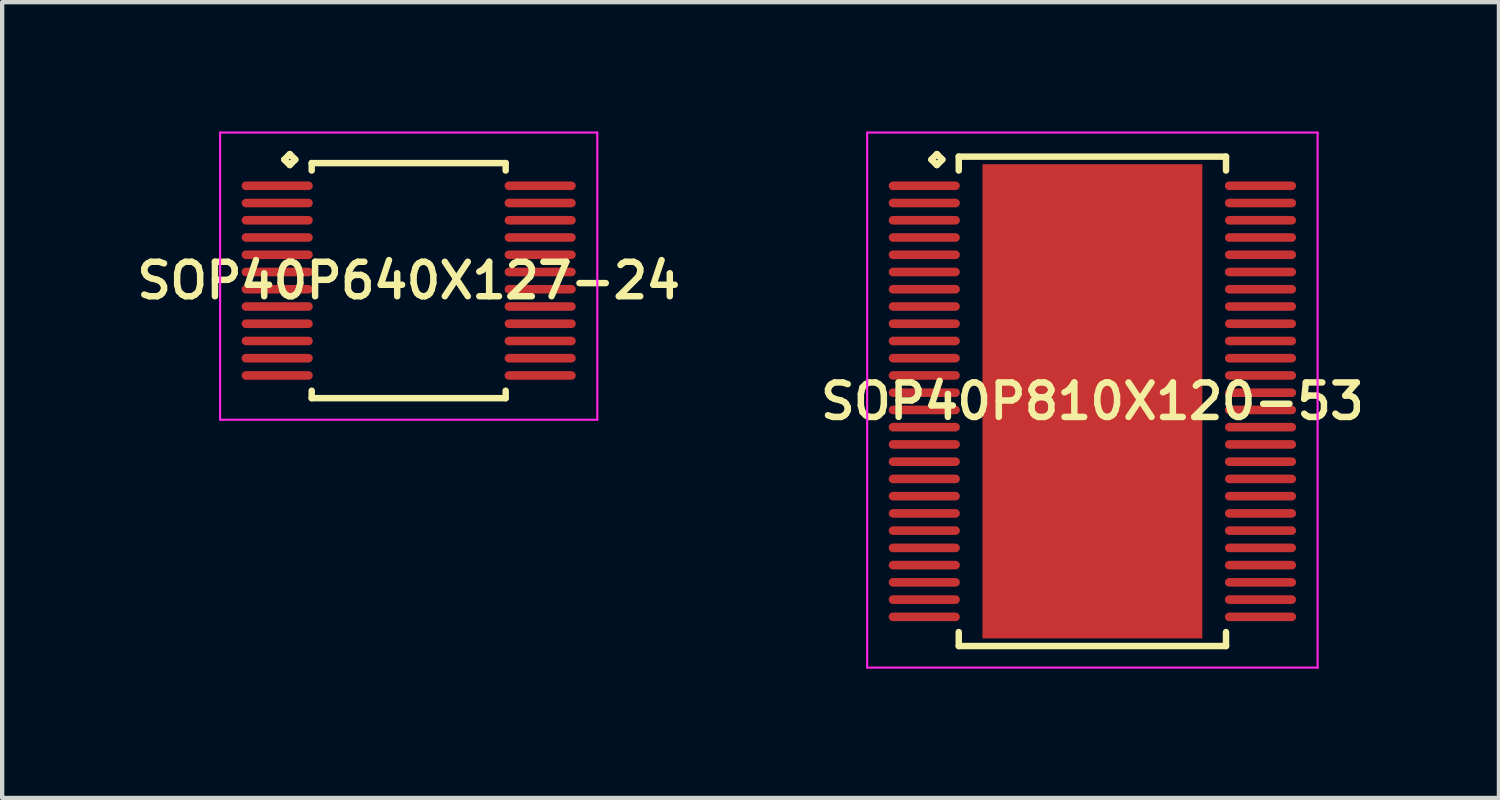
<source format=kicad_pcb>
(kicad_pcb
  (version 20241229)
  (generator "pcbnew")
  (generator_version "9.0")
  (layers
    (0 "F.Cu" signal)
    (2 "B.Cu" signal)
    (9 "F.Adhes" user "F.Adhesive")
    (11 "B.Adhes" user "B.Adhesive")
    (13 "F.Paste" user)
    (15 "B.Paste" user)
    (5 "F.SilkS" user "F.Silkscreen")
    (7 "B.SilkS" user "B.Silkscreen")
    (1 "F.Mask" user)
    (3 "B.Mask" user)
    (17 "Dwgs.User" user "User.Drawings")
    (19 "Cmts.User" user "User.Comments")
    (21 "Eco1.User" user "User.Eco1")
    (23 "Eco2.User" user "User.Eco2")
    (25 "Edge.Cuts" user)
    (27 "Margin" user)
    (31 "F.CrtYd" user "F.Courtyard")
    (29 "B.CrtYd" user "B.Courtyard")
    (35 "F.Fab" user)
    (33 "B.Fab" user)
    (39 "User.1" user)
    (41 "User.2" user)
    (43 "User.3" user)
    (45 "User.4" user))
  (footprint "SOP40P810X120-53"
    (layer "F.Cu")
    (at 22.292 6.26)
    (property "Reference" "SOP40P810X120-53" (at 0 0 0) (layer "F.SilkS") (effects (font (size 0.8 0.8) (thickness 0.15))))
    (attr smd)
    (fp_line (start -3.735 -5.608) (end -3.608 -5.735) (stroke (width 0.15) (type solid)) (layer "F.SilkS"))
    (fp_line (start -3.608 -5.735) (end -3.481 -5.608) (stroke (width 0.15) (type solid)) (layer "F.SilkS"))
    (fp_line (start -3.608 -5.481) (end -3.735 -5.608) (stroke (width 0.15) (type solid)) (layer "F.SilkS"))
    (fp_line (start -3.481 -5.608) (end -3.608 -5.481) (stroke (width 0.15) (type solid)) (layer "F.SilkS"))
    (fp_line (start -3.1 -5.677) (end 3.1 -5.677) (stroke (width 0.15) (type solid)) (layer "F.SilkS"))
    (fp_line (start -3.1 -5.354) (end -3.1 -5.677) (stroke (width 0.15) (type solid)) (layer "F.SilkS"))
    (fp_line (start -3.1 5.354) (end -3.1 5.677) (stroke (width 0.15) (type solid)) (layer "F.SilkS"))
    (fp_line (start -3.1 5.677) (end 3.1 5.677) (stroke (width 0.15) (type solid)) (layer "F.SilkS"))
    (fp_line (start 3.1 -5.677) (end 3.1 -5.354) (stroke (width 0.15) (type solid)) (layer "F.SilkS"))
    (fp_line (start 3.1 5.677) (end 3.1 5.354) (stroke (width 0.15) (type solid)) (layer "F.SilkS"))
    (fp_line (start -5.225 -6.235) (end 5.225 -6.235) (stroke (width 0.05) (type solid)) (layer "F.CrtYd"))
    (fp_line (start -5.225 6.177) (end -5.225 -6.235) (stroke (width 0.05) (type solid)) (layer "F.CrtYd"))
    (fp_line (start 5.225 -6.235) (end 5.225 6.177) (stroke (width 0.05) (type solid)) (layer "F.CrtYd"))
    (fp_line (start 5.225 6.177) (end -5.225 6.177) (stroke (width 0.05) (type solid)) (layer "F.CrtYd"))
    (pad "1" smd oval (at -3.9 -5) (size 1.65 0.2) (layers "F.Cu" "F.Mask" "F.Paste"))
    (pad "2" smd oval (at -3.9 -4.6) (size 1.65 0.2) (layers "F.Cu" "F.Mask" "F.Paste"))
    (pad "3" smd oval (at -3.9 -4.2) (size 1.65 0.2) (layers "F.Cu" "F.Mask" "F.Paste"))
    (pad "4" smd oval (at -3.9 -3.8) (size 1.65 0.2) (layers "F.Cu" "F.Mask" "F.Paste"))
    (pad "5" smd oval (at -3.9 -3.4) (size 1.65 0.2) (layers "F.Cu" "F.Mask" "F.Paste"))
    (pad "6" smd oval (at -3.9 -3) (size 1.65 0.2) (layers "F.Cu" "F.Mask" "F.Paste"))
    (pad "7" smd oval (at -3.9 -2.6) (size 1.65 0.2) (layers "F.Cu" "F.Mask" "F.Paste"))
    (pad "8" smd oval (at -3.9 -2.2) (size 1.65 0.2) (layers "F.Cu" "F.Mask" "F.Paste"))
    (pad "9" smd oval (at -3.9 -1.8) (size 1.65 0.2) (layers "F.Cu" "F.Mask" "F.Paste"))
    (pad "10" smd oval (at -3.9 -1.4) (size 1.65 0.2) (layers "F.Cu" "F.Mask" "F.Paste"))
    (pad "11" smd oval (at -3.9 -1) (size 1.65 0.2) (layers "F.Cu" "F.Mask" "F.Paste"))
    (pad "12" smd oval (at -3.9 -0.6) (size 1.65 0.2) (layers "F.Cu" "F.Mask" "F.Paste"))
    (pad "13" smd oval (at -3.9 -0.2) (size 1.65 0.2) (layers "F.Cu" "F.Mask" "F.Paste"))
    (pad "14" smd oval (at -3.9 0.2) (size 1.65 0.2) (layers "F.Cu" "F.Mask" "F.Paste"))
    (pad "15" smd oval (at -3.9 0.6) (size 1.65 0.2) (layers "F.Cu" "F.Mask" "F.Paste"))
    (pad "16" smd oval (at -3.9 1) (size 1.65 0.2) (layers "F.Cu" "F.Mask" "F.Paste"))
    (pad "17" smd oval (at -3.9 1.4) (size 1.65 0.2) (layers "F.Cu" "F.Mask" "F.Paste"))
    (pad "18" smd oval (at -3.9 1.8) (size 1.65 0.2) (layers "F.Cu" "F.Mask" "F.Paste"))
    (pad "19" smd oval (at -3.9 2.2) (size 1.65 0.2) (layers "F.Cu" "F.Mask" "F.Paste"))
    (pad "20" smd oval (at -3.9 2.6) (size 1.65 0.2) (layers "F.Cu" "F.Mask" "F.Paste"))
    (pad "21" smd oval (at -3.9 3) (size 1.65 0.2) (layers "F.Cu" "F.Mask" "F.Paste"))
    (pad "22" smd oval (at -3.9 3.4) (size 1.65 0.2) (layers "F.Cu" "F.Mask" "F.Paste"))
    (pad "23" smd oval (at -3.9 3.8) (size 1.65 0.2) (layers "F.Cu" "F.Mask" "F.Paste"))
    (pad "24" smd oval (at -3.9 4.2) (size 1.65 0.2) (layers "F.Cu" "F.Mask" "F.Paste"))
    (pad "25" smd oval (at -3.9 4.6) (size 1.65 0.2) (layers "F.Cu" "F.Mask" "F.Paste"))
    (pad "26" smd oval (at -3.9 5) (size 1.65 0.2) (layers "F.Cu" "F.Mask" "F.Paste"))
    (pad "27" smd oval (at 3.9 5) (size 1.65 0.2) (layers "F.Cu" "F.Mask" "F.Paste"))
    (pad "28" smd oval (at 3.9 4.6) (size 1.65 0.2) (layers "F.Cu" "F.Mask" "F.Paste"))
    (pad "29" smd oval (at 3.9 4.2) (size 1.65 0.2) (layers "F.Cu" "F.Mask" "F.Paste"))
    (pad "30" smd oval (at 3.9 3.8) (size 1.65 0.2) (layers "F.Cu" "F.Mask" "F.Paste"))
    (pad "31" smd oval (at 3.9 3.4) (size 1.65 0.2) (layers "F.Cu" "F.Mask" "F.Paste"))
    (pad "32" smd oval (at 3.9 3) (size 1.65 0.2) (layers "F.Cu" "F.Mask" "F.Paste"))
    (pad "33" smd oval (at 3.9 2.6) (size 1.65 0.2) (layers "F.Cu" "F.Mask" "F.Paste"))
    (pad "34" smd oval (at 3.9 2.2) (size 1.65 0.2) (layers "F.Cu" "F.Mask" "F.Paste"))
    (pad "35" smd oval (at 3.9 1.8) (size 1.65 0.2) (layers "F.Cu" "F.Mask" "F.Paste"))
    (pad "36" smd oval (at 3.9 1.4) (size 1.65 0.2) (layers "F.Cu" "F.Mask" "F.Paste"))
    (pad "37" smd oval (at 3.9 1) (size 1.65 0.2) (layers "F.Cu" "F.Mask" "F.Paste"))
    (pad "38" smd oval (at 3.9 0.6) (size 1.65 0.2) (layers "F.Cu" "F.Mask" "F.Paste"))
    (pad "39" smd oval (at 3.9 0.2) (size 1.65 0.2) (layers "F.Cu" "F.Mask" "F.Paste"))
    (pad "40" smd oval (at 3.9 -0.2) (size 1.65 0.2) (layers "F.Cu" "F.Mask" "F.Paste"))
    (pad "41" smd oval (at 3.9 -0.6) (size 1.65 0.2) (layers "F.Cu" "F.Mask" "F.Paste"))
    (pad "42" smd oval (at 3.9 -1) (size 1.65 0.2) (layers "F.Cu" "F.Mask" "F.Paste"))
    (pad "43" smd oval (at 3.9 -1.4) (size 1.65 0.2) (layers "F.Cu" "F.Mask" "F.Paste"))
    (pad "44" smd oval (at 3.9 -1.8) (size 1.65 0.2) (layers "F.Cu" "F.Mask" "F.Paste"))
    (pad "45" smd oval (at 3.9 -2.2) (size 1.65 0.2) (layers "F.Cu" "F.Mask" "F.Paste"))
    (pad "46" smd oval (at 3.9 -2.6) (size 1.65 0.2) (layers "F.Cu" "F.Mask" "F.Paste"))
    (pad "47" smd oval (at 3.9 -3) (size 1.65 0.2) (layers "F.Cu" "F.Mask" "F.Paste"))
    (pad "48" smd oval (at 3.9 -3.4) (size 1.65 0.2) (layers "F.Cu" "F.Mask" "F.Paste"))
    (pad "49" smd oval (at 3.9 -3.8) (size 1.65 0.2) (layers "F.Cu" "F.Mask" "F.Paste"))
    (pad "50" smd oval (at 3.9 -4.2) (size 1.65 0.2) (layers "F.Cu" "F.Mask" "F.Paste"))
    (pad "51" smd oval (at 3.9 -4.6) (size 1.65 0.2) (layers "F.Cu" "F.Mask" "F.Paste"))
    (pad "52" smd oval (at 3.9 -5) (size 1.65 0.2) (layers "F.Cu" "F.Mask" "F.Paste"))
    (pad "53" smd rect (at 0 0) (size 5.1 11) (layers "F.Cu" "F.Mask" "F.Paste")))
  (footprint "SOP40P640X127-24"
    (layer "F.Cu")
    (at 6.431 3.46)
    (property "Reference" "SOP40P640X127-24" (at 0 0 0) (layer "F.SilkS") (effects (font (size 0.8 0.8) (thickness 0.15))))
    (attr smd)
    (fp_line (start -2.885 -2.808) (end -2.758 -2.935) (stroke (width 0.15) (type solid)) (layer "F.SilkS"))
    (fp_line (start -2.758 -2.935) (end -2.631 -2.808) (stroke (width 0.15) (type solid)) (layer "F.SilkS"))
    (fp_line (start -2.758 -2.681) (end -2.885 -2.808) (stroke (width 0.15) (type solid)) (layer "F.SilkS"))
    (fp_line (start -2.631 -2.808) (end -2.758 -2.681) (stroke (width 0.15) (type solid)) (layer "F.SilkS"))
    (fp_line (start -2.25 -2.727) (end 2.25 -2.727) (stroke (width 0.15) (type solid)) (layer "F.SilkS"))
    (fp_line (start -2.25 -2.554) (end -2.25 -2.727) (stroke (width 0.15) (type solid)) (layer "F.SilkS"))
    (fp_line (start -2.25 2.554) (end -2.25 2.727) (stroke (width 0.15) (type solid)) (layer "F.SilkS"))
    (fp_line (start -2.25 2.727) (end 2.25 2.727) (stroke (width 0.15) (type solid)) (layer "F.SilkS"))
    (fp_line (start 2.25 -2.727) (end 2.25 -2.554) (stroke (width 0.15) (type solid)) (layer "F.SilkS"))
    (fp_line (start 2.25 2.727) (end 2.25 2.554) (stroke (width 0.15) (type solid)) (layer "F.SilkS"))
    (fp_line (start -4.375 -3.435) (end 4.375 -3.435) (stroke (width 0.05) (type solid)) (layer "F.CrtYd"))
    (fp_line (start -4.375 3.227) (end -4.375 -3.435) (stroke (width 0.05) (type solid)) (layer "F.CrtYd"))
    (fp_line (start 4.375 -3.435) (end 4.375 3.227) (stroke (width 0.05) (type solid)) (layer "F.CrtYd"))
    (fp_line (start 4.375 3.227) (end -4.375 3.227) (stroke (width 0.05) (type solid)) (layer "F.CrtYd"))
    (pad "1" smd oval (at -3.05 -2.2) (size 1.65 0.2) (layers "F.Cu" "F.Mask" "F.Paste"))
    (pad "2" smd oval (at -3.05 -1.8) (size 1.65 0.2) (layers "F.Cu" "F.Mask" "F.Paste"))
    (pad "3" smd oval (at -3.05 -1.4) (size 1.65 0.2) (layers "F.Cu" "F.Mask" "F.Paste"))
    (pad "4" smd oval (at -3.05 -1) (size 1.65 0.2) (layers "F.Cu" "F.Mask" "F.Paste"))
    (pad "5" smd oval (at -3.05 -0.6) (size 1.65 0.2) (layers "F.Cu" "F.Mask" "F.Paste"))
    (pad "6" smd oval (at -3.05 -0.2) (size 1.65 0.2) (layers "F.Cu" "F.Mask" "F.Paste"))
    (pad "7" smd oval (at -3.05 0.2) (size 1.65 0.2) (layers "F.Cu" "F.Mask" "F.Paste"))
    (pad "8" smd oval (at -3.05 0.6) (size 1.65 0.2) (layers "F.Cu" "F.Mask" "F.Paste"))
    (pad "9" smd oval (at -3.05 1) (size 1.65 0.2) (layers "F.Cu" "F.Mask" "F.Paste"))
    (pad "10" smd oval (at -3.05 1.4) (size 1.65 0.2) (layers "F.Cu" "F.Mask" "F.Paste"))
    (pad "11" smd oval (at -3.05 1.8) (size 1.65 0.2) (layers "F.Cu" "F.Mask" "F.Paste"))
    (pad "12" smd oval (at -3.05 2.2) (size 1.65 0.2) (layers "F.Cu" "F.Mask" "F.Paste"))
    (pad "13" smd oval (at 3.05 2.2) (size 1.65 0.2) (layers "F.Cu" "F.Mask" "F.Paste"))
    (pad "14" smd oval (at 3.05 1.8) (size 1.65 0.2) (layers "F.Cu" "F.Mask" "F.Paste"))
    (pad "15" smd oval (at 3.05 1.4) (size 1.65 0.2) (layers "F.Cu" "F.Mask" "F.Paste"))
    (pad "16" smd oval (at 3.05 1) (size 1.65 0.2) (layers "F.Cu" "F.Mask" "F.Paste"))
    (pad "17" smd oval (at 3.05 0.6) (size 1.65 0.2) (layers "F.Cu" "F.Mask" "F.Paste"))
    (pad "18" smd oval (at 3.05 0.2) (size 1.65 0.2) (layers "F.Cu" "F.Mask" "F.Paste"))
    (pad "19" smd oval (at 3.05 -0.2) (size 1.65 0.2) (layers "F.Cu" "F.Mask" "F.Paste"))
    (pad "20" smd oval (at 3.05 -0.6) (size 1.65 0.2) (layers "F.Cu" "F.Mask" "F.Paste"))
    (pad "21" smd oval (at 3.05 -1) (size 1.65 0.2) (layers "F.Cu" "F.Mask" "F.Paste"))
    (pad "22" smd oval (at 3.05 -1.4) (size 1.65 0.2) (layers "F.Cu" "F.Mask" "F.Paste"))
    (pad "23" smd oval (at 3.05 -1.8) (size 1.65 0.2) (layers "F.Cu" "F.Mask" "F.Paste"))
    (pad "24" smd oval (at 3.05 -2.2) (size 1.65 0.2) (layers "F.Cu" "F.Mask" "F.Paste")))
  (gr_rect
    (start -3 -3)
    (end 31.723 15.462)
    (stroke (width 0.1) (type default))
    (fill no)
    (layer "Edge.Cuts")))
</source>
